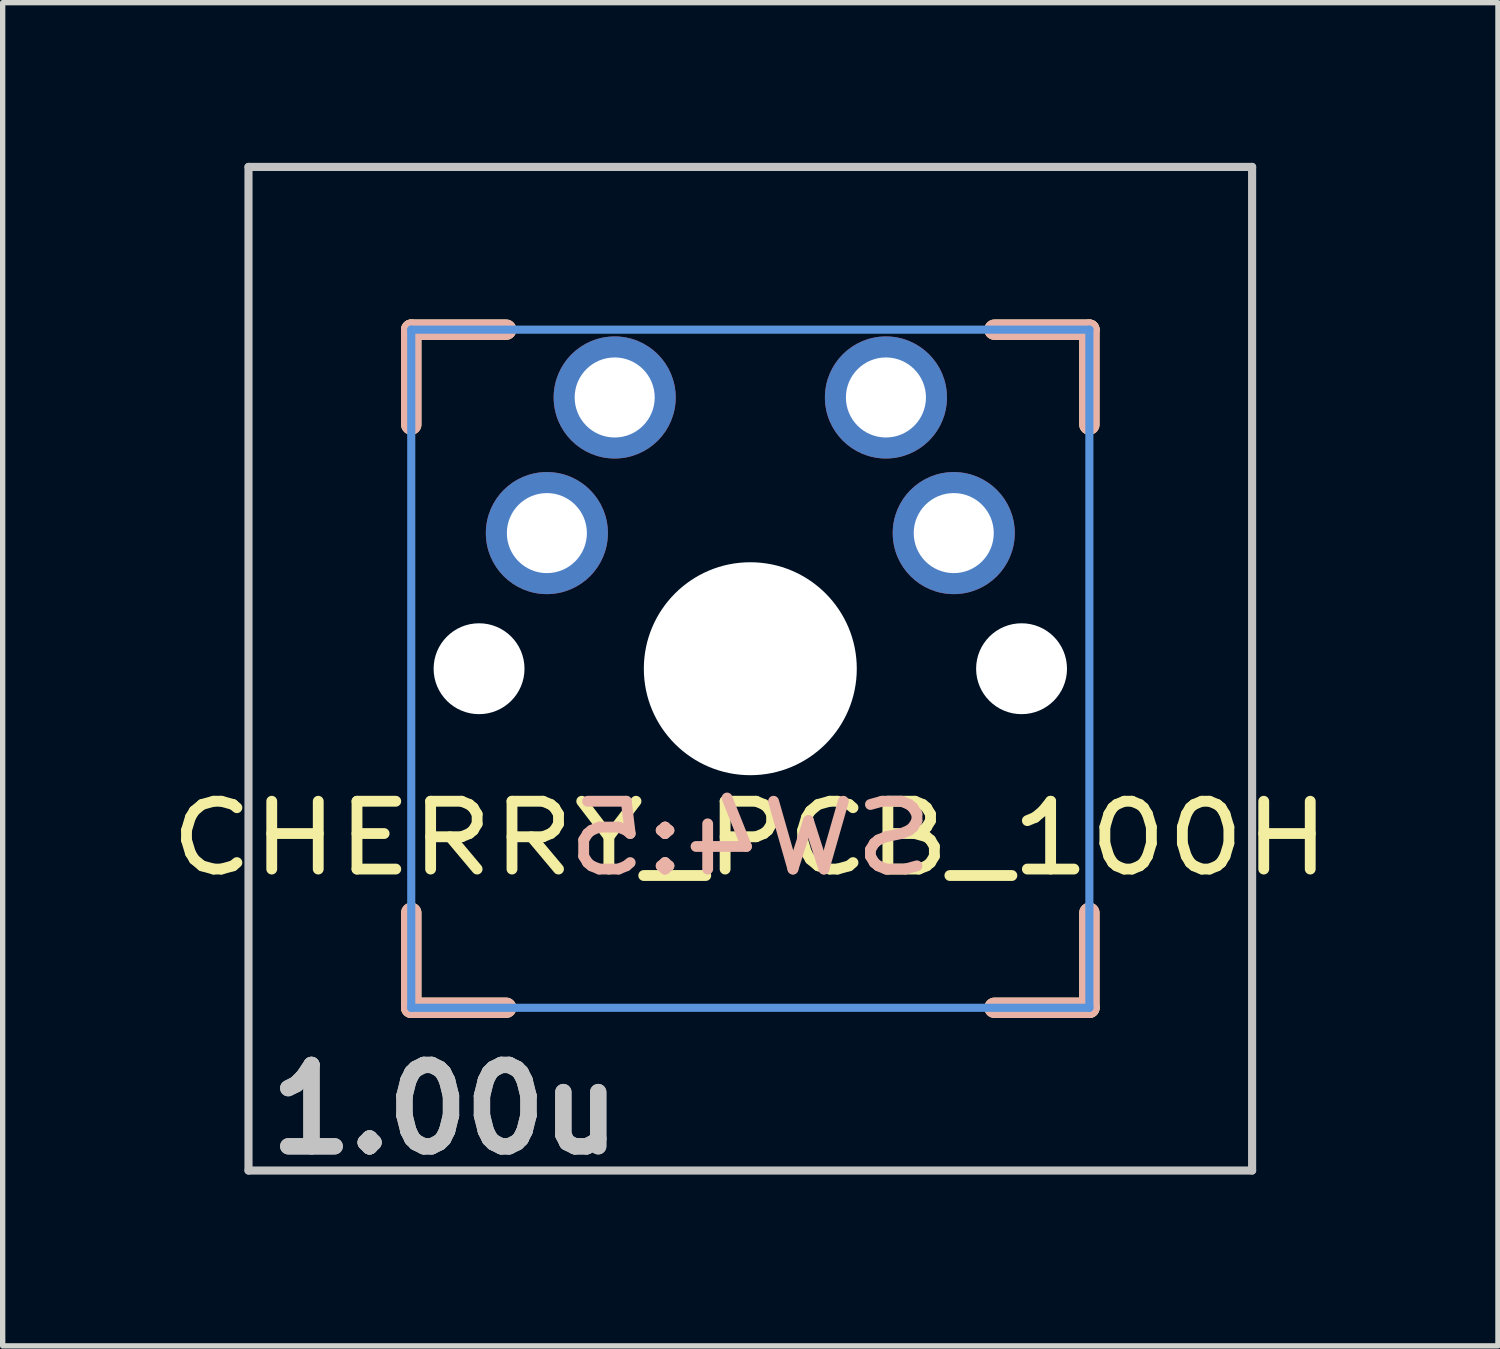
<source format=kicad_pcb>
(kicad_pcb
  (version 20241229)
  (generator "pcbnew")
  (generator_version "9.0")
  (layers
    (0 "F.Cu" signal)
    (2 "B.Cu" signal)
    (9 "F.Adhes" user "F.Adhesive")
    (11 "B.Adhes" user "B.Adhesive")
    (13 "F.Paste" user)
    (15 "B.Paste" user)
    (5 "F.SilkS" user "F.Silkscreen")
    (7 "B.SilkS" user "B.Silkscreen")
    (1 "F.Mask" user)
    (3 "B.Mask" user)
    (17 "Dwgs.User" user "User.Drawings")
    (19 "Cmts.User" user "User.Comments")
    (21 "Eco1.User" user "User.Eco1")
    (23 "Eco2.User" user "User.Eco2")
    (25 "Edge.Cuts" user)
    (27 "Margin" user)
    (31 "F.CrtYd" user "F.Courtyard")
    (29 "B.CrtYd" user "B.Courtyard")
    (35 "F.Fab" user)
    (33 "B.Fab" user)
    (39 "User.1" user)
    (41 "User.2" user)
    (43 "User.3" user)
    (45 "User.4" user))
  (footprint "CHERRY_PCB_100H"
    (layer "F.Cu")
    (at 11.002 9.474)
    (property "Reference" "CHERRY_PCB_100H" (at 0 3.175 0) (layer "F.SilkS") (effects (font (size 1.27 1.524) (thickness 0.203))))
    (attr through_hole)
    (fp_line (start -6.35 -6.35) (end -4.572 -6.35) (stroke (width 0.381) (type solid)) (layer "F.SilkS"))
    (fp_line (start -6.35 -4.572) (end -6.35 -6.35) (stroke (width 0.381) (type solid)) (layer "F.SilkS"))
    (fp_line (start -6.35 6.35) (end -6.35 4.572) (stroke (width 0.381) (type solid)) (layer "F.SilkS"))
    (fp_line (start -4.572 6.35) (end -6.35 6.35) (stroke (width 0.381) (type solid)) (layer "F.SilkS"))
    (fp_line (start 4.572 -6.35) (end 6.35 -6.35) (stroke (width 0.381) (type solid)) (layer "F.SilkS"))
    (fp_line (start 6.35 -6.35) (end 6.35 -4.572) (stroke (width 0.381) (type solid)) (layer "F.SilkS"))
    (fp_line (start 6.35 4.572) (end 6.35 6.35) (stroke (width 0.381) (type solid)) (layer "F.SilkS"))
    (fp_line (start 6.35 6.35) (end 4.572 6.35) (stroke (width 0.381) (type solid)) (layer "F.SilkS"))
    (fp_line (start -6.35 -6.35) (end -4.572 -6.35) (stroke (width 0.381) (type solid)) (layer "B.SilkS"))
    (fp_line (start -6.35 -4.572) (end -6.35 -6.35) (stroke (width 0.381) (type solid)) (layer "B.SilkS"))
    (fp_line (start -6.35 6.35) (end -6.35 4.572) (stroke (width 0.381) (type solid)) (layer "B.SilkS"))
    (fp_line (start -4.572 6.35) (end -6.35 6.35) (stroke (width 0.381) (type solid)) (layer "B.SilkS"))
    (fp_line (start 4.572 -6.35) (end 6.35 -6.35) (stroke (width 0.381) (type solid)) (layer "B.SilkS"))
    (fp_line (start 6.35 -6.35) (end 6.35 -4.572) (stroke (width 0.381) (type solid)) (layer "B.SilkS"))
    (fp_line (start 6.35 4.572) (end 6.35 6.35) (stroke (width 0.381) (type solid)) (layer "B.SilkS"))
    (fp_line (start 6.35 6.35) (end 4.572 6.35) (stroke (width 0.381) (type solid)) (layer "B.SilkS"))
    (fp_line (start -9.398 -9.398) (end 9.398 -9.398) (stroke (width 0.152) (type solid)) (layer "Dwgs.User"))
    (fp_line (start -9.398 9.398) (end -9.398 -9.398) (stroke (width 0.152) (type solid)) (layer "Dwgs.User"))
    (fp_line (start 9.398 -9.398) (end 9.398 9.398) (stroke (width 0.152) (type solid)) (layer "Dwgs.User"))
    (fp_line (start 9.398 9.398) (end -9.398 9.398) (stroke (width 0.152) (type solid)) (layer "Dwgs.User"))
    (fp_line (start -6.35 -6.35) (end 6.35 -6.35) (stroke (width 0.152) (type solid)) (layer "Cmts.User"))
    (fp_line (start -6.35 6.35) (end -6.35 -6.35) (stroke (width 0.152) (type solid)) (layer "Cmts.User"))
    (fp_line (start 6.35 -6.35) (end 6.35 6.35) (stroke (width 0.152) (type solid)) (layer "Cmts.User"))
    (fp_line (start 6.35 6.35) (end -6.35 6.35) (stroke (width 0.152) (type solid)) (layer "Cmts.User"))
    (fp_line (start -6.985 -6.985) (end 6.985 -6.985) (stroke (width 0.152) (type solid)) (layer "Eco2.User"))
    (fp_line (start -6.985 6.985) (end -6.985 -6.985) (stroke (width 0.152) (type solid)) (layer "Eco2.User"))
    (fp_line (start 6.985 -6.985) (end 6.985 6.985) (stroke (width 0.152) (type solid)) (layer "Eco2.User"))
    (fp_line (start 6.985 6.985) (end -6.985 6.985) (stroke (width 0.152) (type solid)) (layer "Eco2.User"))
    (fp_text user "SW4:5" (at 0 3.175 0) (layer "B.SilkS") (effects (font (size 1.27 1.524) (thickness 0.203)) (justify mirror)))
    (fp_text user "1.00u" (at -5.715 8.255 0) (layer "Dwgs.User") (effects (font (size 1.524 1.524) (thickness 0.305))))
    (fp_text user "1.00u" (at -5.715 8.255 0) (layer "Dwgs.User") (effects (font (size 1.524 1.524) (thickness 0.305))))
    (pad "" np_thru_hole circle (at -5.08 0) (size 1.702 1.702) (drill 1.702) (layers "*.Cu"))
    (pad "" np_thru_hole circle (at 0 0) (size 3.988 3.988) (drill 3.988) (layers "*.Cu"))
    (pad "" np_thru_hole circle (at 5.08 0) (size 1.702 1.702) (drill 1.702) (layers "*.Cu"))
    (pad "1" thru_hole circle (at -3.81 -2.54) (size 2.286 2.286) (drill 1.499) (layers "*.Cu" "*.Mask"))
    (pad "1" thru_hole circle (at -2.54 -5.08) (size 2.286 2.286) (drill 1.499) (layers "*.Cu" "*.Mask"))
    (pad "2" thru_hole circle (at 2.54 -5.08) (size 2.286 2.286) (drill 1.499) (layers "*.Cu" "*.Mask"))
    (pad "2" thru_hole circle (at 3.81 -2.54) (size 2.286 2.286) (drill 1.499) (layers "*.Cu" "*.Mask")))
  (gr_rect
    (start -3 -3)
    (end 25.004 22.156)
    (stroke (width 0.1) (type default))
    (fill no)
    (layer "Edge.Cuts")))
</source>
